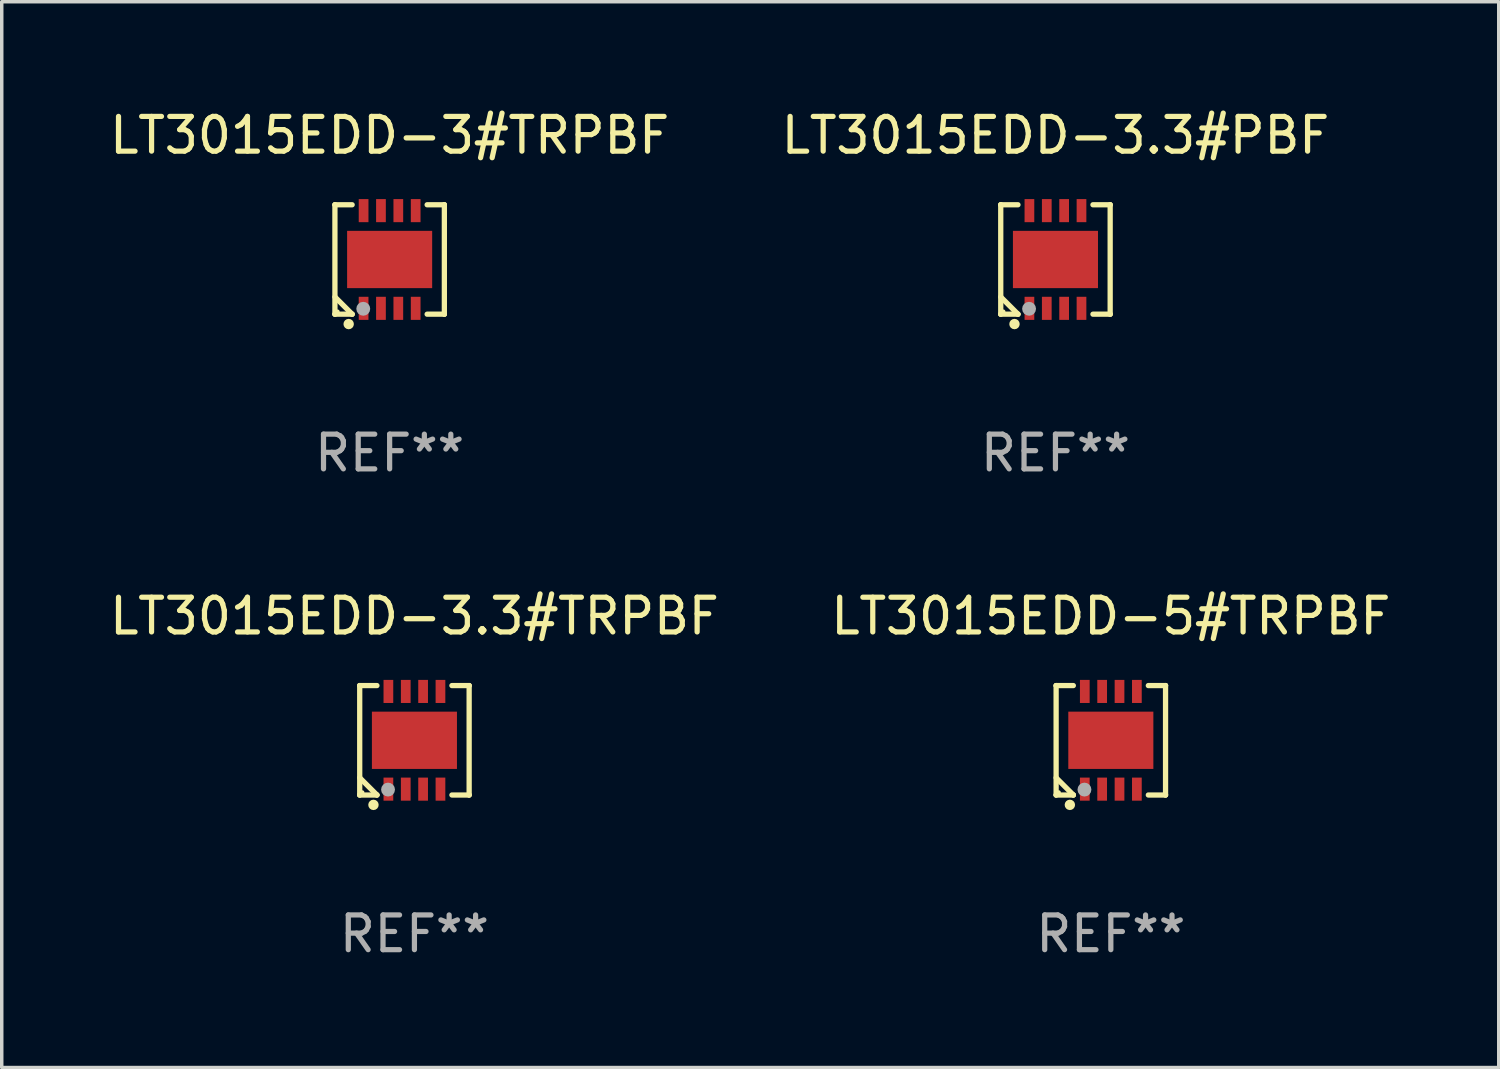
<source format=kicad_pcb>
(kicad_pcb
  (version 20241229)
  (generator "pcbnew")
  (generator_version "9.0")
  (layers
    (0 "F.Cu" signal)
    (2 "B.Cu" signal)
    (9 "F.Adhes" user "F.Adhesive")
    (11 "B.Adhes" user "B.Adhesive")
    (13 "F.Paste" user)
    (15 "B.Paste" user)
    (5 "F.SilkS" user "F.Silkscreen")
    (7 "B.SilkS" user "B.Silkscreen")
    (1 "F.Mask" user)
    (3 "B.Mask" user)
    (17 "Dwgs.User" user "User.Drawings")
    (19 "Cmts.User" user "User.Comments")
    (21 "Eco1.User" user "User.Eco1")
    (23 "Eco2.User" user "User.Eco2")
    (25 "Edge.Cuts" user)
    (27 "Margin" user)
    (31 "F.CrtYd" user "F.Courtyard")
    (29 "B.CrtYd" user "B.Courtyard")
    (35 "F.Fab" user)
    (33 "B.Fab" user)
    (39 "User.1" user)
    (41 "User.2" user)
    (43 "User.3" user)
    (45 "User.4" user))
  (footprint "LT3015EDD-3.3#TRPBF"
    (layer "F.Cu")
    (at 8.887 18.273)
    (property "Reference" "LT3015EDD-3.3#TRPBF" (at 0 -3.576 0) (layer "F.SilkS") (effects (font (size 1 1) (thickness 0.15))))
    (attr through_hole)
    (fp_line (start -1.576 -1.576) (end -1.576 -1.576) (stroke (width 0.152) (type solid)) (layer "F.SilkS"))
    (fp_line (start -1.576 -1.576) (end -1.08 -1.576) (stroke (width 0.152) (type solid)) (layer "F.SilkS"))
    (fp_line (start -1.576 1.576) (end -1.576 -1.576) (stroke (width 0.152) (type solid)) (layer "F.SilkS"))
    (fp_line (start -1.576 1.576) (end -1.576 1.576) (stroke (width 0.152) (type solid)) (layer "F.SilkS"))
    (fp_line (start -1.08 1.575) (end -1.576 1.079) (stroke (width 0.152) (type solid)) (layer "F.SilkS"))
    (fp_line (start -1.08 1.576) (end -1.576 1.576) (stroke (width 0.152) (type solid)) (layer "F.SilkS"))
    (fp_line (start -1.08 1.576) (end -1.08 1.575) (stroke (width 0.152) (type solid)) (layer "F.SilkS"))
    (fp_line (start 1.08 1.576) (end 1.576 1.576) (stroke (width 0.152) (type solid)) (layer "F.SilkS"))
    (fp_line (start 1.576 -1.576) (end 1.08 -1.576) (stroke (width 0.152) (type solid)) (layer "F.SilkS"))
    (fp_line (start 1.576 -1.576) (end 1.576 -1.576) (stroke (width 0.152) (type solid)) (layer "F.SilkS"))
    (fp_line (start 1.576 1.576) (end 1.576 -1.576) (stroke (width 0.152) (type solid)) (layer "F.SilkS"))
    (fp_line (start 1.576 1.576) (end 1.576 1.576) (stroke (width 0.152) (type solid)) (layer "F.SilkS"))
    (fp_circle (center -1.5 1.5) (end -1.47 1.5) (stroke (width 0.06) (type solid)) (fill no) (layer "F.SilkS"))
    (fp_circle (center -1.18 1.86) (end -1.105 1.86) (stroke (width 0.15) (type solid)) (fill no) (layer "F.SilkS"))
    (fp_circle (center -0.76 1.42) (end -0.66 1.42) (stroke (width 0.2) (type solid)) (fill no) (layer "F.Fab"))
    (fp_text user "REF**" (at 0 5.576 0) (layer "F.Fab") (effects (font (size 1 1) (thickness 0.15))))
    (pad "1" smd rect (at -0.75 1.407) (size 0.28 0.665) (layers "F.Cu" "F.Mask" "F.Paste"))
    (pad "2" smd rect (at -0.25 1.407) (size 0.28 0.665) (layers "F.Cu" "F.Mask" "F.Paste"))
    (pad "3" smd rect (at 0.25 1.407) (size 0.28 0.665) (layers "F.Cu" "F.Mask" "F.Paste"))
    (pad "4" smd rect (at 0.75 1.407) (size 0.28 0.665) (layers "F.Cu" "F.Mask" "F.Paste"))
    (pad "5" smd rect (at 0.75 -1.407) (size 0.28 0.665) (layers "F.Cu" "F.Mask" "F.Paste"))
    (pad "6" smd rect (at 0.25 -1.407) (size 0.28 0.665) (layers "F.Cu" "F.Mask" "F.Paste"))
    (pad "7" smd rect (at -0.25 -1.407) (size 0.28 0.665) (layers "F.Cu" "F.Mask" "F.Paste"))
    (pad "8" smd rect (at -0.75 -1.407) (size 0.28 0.665) (layers "F.Cu" "F.Mask" "F.Paste"))
    (pad "9" smd rect (at 0 0) (size 2.45 1.65) (layers "F.Cu" "F.Mask" "F.Paste")))
  (footprint "LT3015EDD-3.3#PBF"
    (layer "F.Cu")
    (at 27.351 4.424)
    (property "Reference" "LT3015EDD-3.3#PBF" (at 0 -3.576 0) (layer "F.SilkS") (effects (font (size 1 1) (thickness 0.15))))
    (attr through_hole)
    (fp_line (start -1.576 -1.576) (end -1.576 -1.576) (stroke (width 0.152) (type solid)) (layer "F.SilkS"))
    (fp_line (start -1.576 -1.576) (end -1.08 -1.576) (stroke (width 0.152) (type solid)) (layer "F.SilkS"))
    (fp_line (start -1.576 1.576) (end -1.576 -1.576) (stroke (width 0.152) (type solid)) (layer "F.SilkS"))
    (fp_line (start -1.576 1.576) (end -1.576 1.576) (stroke (width 0.152) (type solid)) (layer "F.SilkS"))
    (fp_line (start -1.08 1.575) (end -1.576 1.079) (stroke (width 0.152) (type solid)) (layer "F.SilkS"))
    (fp_line (start -1.08 1.576) (end -1.576 1.576) (stroke (width 0.152) (type solid)) (layer "F.SilkS"))
    (fp_line (start -1.08 1.576) (end -1.08 1.575) (stroke (width 0.152) (type solid)) (layer "F.SilkS"))
    (fp_line (start 1.08 1.576) (end 1.576 1.576) (stroke (width 0.152) (type solid)) (layer "F.SilkS"))
    (fp_line (start 1.576 -1.576) (end 1.08 -1.576) (stroke (width 0.152) (type solid)) (layer "F.SilkS"))
    (fp_line (start 1.576 -1.576) (end 1.576 -1.576) (stroke (width 0.152) (type solid)) (layer "F.SilkS"))
    (fp_line (start 1.576 1.576) (end 1.576 -1.576) (stroke (width 0.152) (type solid)) (layer "F.SilkS"))
    (fp_line (start 1.576 1.576) (end 1.576 1.576) (stroke (width 0.152) (type solid)) (layer "F.SilkS"))
    (fp_circle (center -1.5 1.5) (end -1.47 1.5) (stroke (width 0.06) (type solid)) (fill no) (layer "F.SilkS"))
    (fp_circle (center -1.18 1.86) (end -1.105 1.86) (stroke (width 0.15) (type solid)) (fill no) (layer "F.SilkS"))
    (fp_circle (center -0.76 1.42) (end -0.66 1.42) (stroke (width 0.2) (type solid)) (fill no) (layer "F.Fab"))
    (fp_text user "REF**" (at 0 5.576 0) (layer "F.Fab") (effects (font (size 1 1) (thickness 0.15))))
    (pad "1" smd rect (at -0.75 1.407) (size 0.28 0.665) (layers "F.Cu" "F.Mask" "F.Paste"))
    (pad "2" smd rect (at -0.25 1.407) (size 0.28 0.665) (layers "F.Cu" "F.Mask" "F.Paste"))
    (pad "3" smd rect (at 0.25 1.407) (size 0.28 0.665) (layers "F.Cu" "F.Mask" "F.Paste"))
    (pad "4" smd rect (at 0.75 1.407) (size 0.28 0.665) (layers "F.Cu" "F.Mask" "F.Paste"))
    (pad "5" smd rect (at 0.75 -1.407) (size 0.28 0.665) (layers "F.Cu" "F.Mask" "F.Paste"))
    (pad "6" smd rect (at 0.25 -1.407) (size 0.28 0.665) (layers "F.Cu" "F.Mask" "F.Paste"))
    (pad "7" smd rect (at -0.25 -1.407) (size 0.28 0.665) (layers "F.Cu" "F.Mask" "F.Paste"))
    (pad "8" smd rect (at -0.75 -1.407) (size 0.28 0.665) (layers "F.Cu" "F.Mask" "F.Paste"))
    (pad "9" smd rect (at 0 0) (size 2.45 1.65) (layers "F.Cu" "F.Mask" "F.Paste")))
  (footprint "LT3015EDD-5#TRPBF"
    (layer "F.Cu")
    (at 28.946 18.273)
    (property "Reference" "LT3015EDD-5#TRPBF" (at 0 -3.576 0) (layer "F.SilkS") (effects (font (size 1 1) (thickness 0.15))))
    (attr through_hole)
    (fp_line (start -1.576 -1.576) (end -1.576 -1.576) (stroke (width 0.152) (type solid)) (layer "F.SilkS"))
    (fp_line (start -1.576 -1.576) (end -1.08 -1.576) (stroke (width 0.152) (type solid)) (layer "F.SilkS"))
    (fp_line (start -1.576 1.576) (end -1.576 -1.576) (stroke (width 0.152) (type solid)) (layer "F.SilkS"))
    (fp_line (start -1.576 1.576) (end -1.576 1.576) (stroke (width 0.152) (type solid)) (layer "F.SilkS"))
    (fp_line (start -1.08 1.575) (end -1.576 1.079) (stroke (width 0.152) (type solid)) (layer "F.SilkS"))
    (fp_line (start -1.08 1.576) (end -1.576 1.576) (stroke (width 0.152) (type solid)) (layer "F.SilkS"))
    (fp_line (start -1.08 1.576) (end -1.08 1.575) (stroke (width 0.152) (type solid)) (layer "F.SilkS"))
    (fp_line (start 1.08 1.576) (end 1.576 1.576) (stroke (width 0.152) (type solid)) (layer "F.SilkS"))
    (fp_line (start 1.576 -1.576) (end 1.08 -1.576) (stroke (width 0.152) (type solid)) (layer "F.SilkS"))
    (fp_line (start 1.576 -1.576) (end 1.576 -1.576) (stroke (width 0.152) (type solid)) (layer "F.SilkS"))
    (fp_line (start 1.576 1.576) (end 1.576 -1.576) (stroke (width 0.152) (type solid)) (layer "F.SilkS"))
    (fp_line (start 1.576 1.576) (end 1.576 1.576) (stroke (width 0.152) (type solid)) (layer "F.SilkS"))
    (fp_circle (center -1.5 1.5) (end -1.47 1.5) (stroke (width 0.06) (type solid)) (fill no) (layer "F.SilkS"))
    (fp_circle (center -1.18 1.86) (end -1.105 1.86) (stroke (width 0.15) (type solid)) (fill no) (layer "F.SilkS"))
    (fp_circle (center -0.76 1.42) (end -0.66 1.42) (stroke (width 0.2) (type solid)) (fill no) (layer "F.Fab"))
    (fp_text user "REF**" (at 0 5.576 0) (layer "F.Fab") (effects (font (size 1 1) (thickness 0.15))))
    (pad "1" smd rect (at -0.75 1.407) (size 0.28 0.665) (layers "F.Cu" "F.Mask" "F.Paste"))
    (pad "2" smd rect (at -0.25 1.407) (size 0.28 0.665) (layers "F.Cu" "F.Mask" "F.Paste"))
    (pad "3" smd rect (at 0.25 1.407) (size 0.28 0.665) (layers "F.Cu" "F.Mask" "F.Paste"))
    (pad "4" smd rect (at 0.75 1.407) (size 0.28 0.665) (layers "F.Cu" "F.Mask" "F.Paste"))
    (pad "5" smd rect (at 0.75 -1.407) (size 0.28 0.665) (layers "F.Cu" "F.Mask" "F.Paste"))
    (pad "6" smd rect (at 0.25 -1.407) (size 0.28 0.665) (layers "F.Cu" "F.Mask" "F.Paste"))
    (pad "7" smd rect (at -0.25 -1.407) (size 0.28 0.665) (layers "F.Cu" "F.Mask" "F.Paste"))
    (pad "8" smd rect (at -0.75 -1.407) (size 0.28 0.665) (layers "F.Cu" "F.Mask" "F.Paste"))
    (pad "9" smd rect (at 0 0) (size 2.45 1.65) (layers "F.Cu" "F.Mask" "F.Paste")))
  (footprint "LT3015EDD-3#TRPBF"
    (layer "F.Cu")
    (at 8.173 4.424)
    (property "Reference" "LT3015EDD-3#TRPBF" (at 0 -3.576 0) (layer "F.SilkS") (effects (font (size 1 1) (thickness 0.15))))
    (attr through_hole)
    (fp_line (start -1.576 -1.576) (end -1.576 -1.576) (stroke (width 0.152) (type solid)) (layer "F.SilkS"))
    (fp_line (start -1.576 -1.576) (end -1.08 -1.576) (stroke (width 0.152) (type solid)) (layer "F.SilkS"))
    (fp_line (start -1.576 1.576) (end -1.576 -1.576) (stroke (width 0.152) (type solid)) (layer "F.SilkS"))
    (fp_line (start -1.576 1.576) (end -1.576 1.576) (stroke (width 0.152) (type solid)) (layer "F.SilkS"))
    (fp_line (start -1.08 1.575) (end -1.576 1.079) (stroke (width 0.152) (type solid)) (layer "F.SilkS"))
    (fp_line (start -1.08 1.576) (end -1.576 1.576) (stroke (width 0.152) (type solid)) (layer "F.SilkS"))
    (fp_line (start -1.08 1.576) (end -1.08 1.575) (stroke (width 0.152) (type solid)) (layer "F.SilkS"))
    (fp_line (start 1.08 1.576) (end 1.576 1.576) (stroke (width 0.152) (type solid)) (layer "F.SilkS"))
    (fp_line (start 1.576 -1.576) (end 1.08 -1.576) (stroke (width 0.152) (type solid)) (layer "F.SilkS"))
    (fp_line (start 1.576 -1.576) (end 1.576 -1.576) (stroke (width 0.152) (type solid)) (layer "F.SilkS"))
    (fp_line (start 1.576 1.576) (end 1.576 -1.576) (stroke (width 0.152) (type solid)) (layer "F.SilkS"))
    (fp_line (start 1.576 1.576) (end 1.576 1.576) (stroke (width 0.152) (type solid)) (layer "F.SilkS"))
    (fp_circle (center -1.5 1.5) (end -1.47 1.5) (stroke (width 0.06) (type solid)) (fill no) (layer "F.SilkS"))
    (fp_circle (center -1.18 1.86) (end -1.105 1.86) (stroke (width 0.15) (type solid)) (fill no) (layer "F.SilkS"))
    (fp_circle (center -0.76 1.42) (end -0.66 1.42) (stroke (width 0.2) (type solid)) (fill no) (layer "F.Fab"))
    (fp_text user "REF**" (at 0 5.576 0) (layer "F.Fab") (effects (font (size 1 1) (thickness 0.15))))
    (pad "1" smd rect (at -0.75 1.407) (size 0.28 0.665) (layers "F.Cu" "F.Mask" "F.Paste"))
    (pad "2" smd rect (at -0.25 1.407) (size 0.28 0.665) (layers "F.Cu" "F.Mask" "F.Paste"))
    (pad "3" smd rect (at 0.25 1.407) (size 0.28 0.665) (layers "F.Cu" "F.Mask" "F.Paste"))
    (pad "4" smd rect (at 0.75 1.407) (size 0.28 0.665) (layers "F.Cu" "F.Mask" "F.Paste"))
    (pad "5" smd rect (at 0.75 -1.407) (size 0.28 0.665) (layers "F.Cu" "F.Mask" "F.Paste"))
    (pad "6" smd rect (at 0.25 -1.407) (size 0.28 0.665) (layers "F.Cu" "F.Mask" "F.Paste"))
    (pad "7" smd rect (at -0.25 -1.407) (size 0.28 0.665) (layers "F.Cu" "F.Mask" "F.Paste"))
    (pad "8" smd rect (at -0.75 -1.407) (size 0.28 0.665) (layers "F.Cu" "F.Mask" "F.Paste"))
    (pad "9" smd rect (at 0 0) (size 2.45 1.65) (layers "F.Cu" "F.Mask" "F.Paste")))
  (gr_rect
    (start -3 -3)
    (end 40.119 27.698)
    (stroke (width 0.1) (type default))
    (fill no)
    (layer "Edge.Cuts")))
</source>
